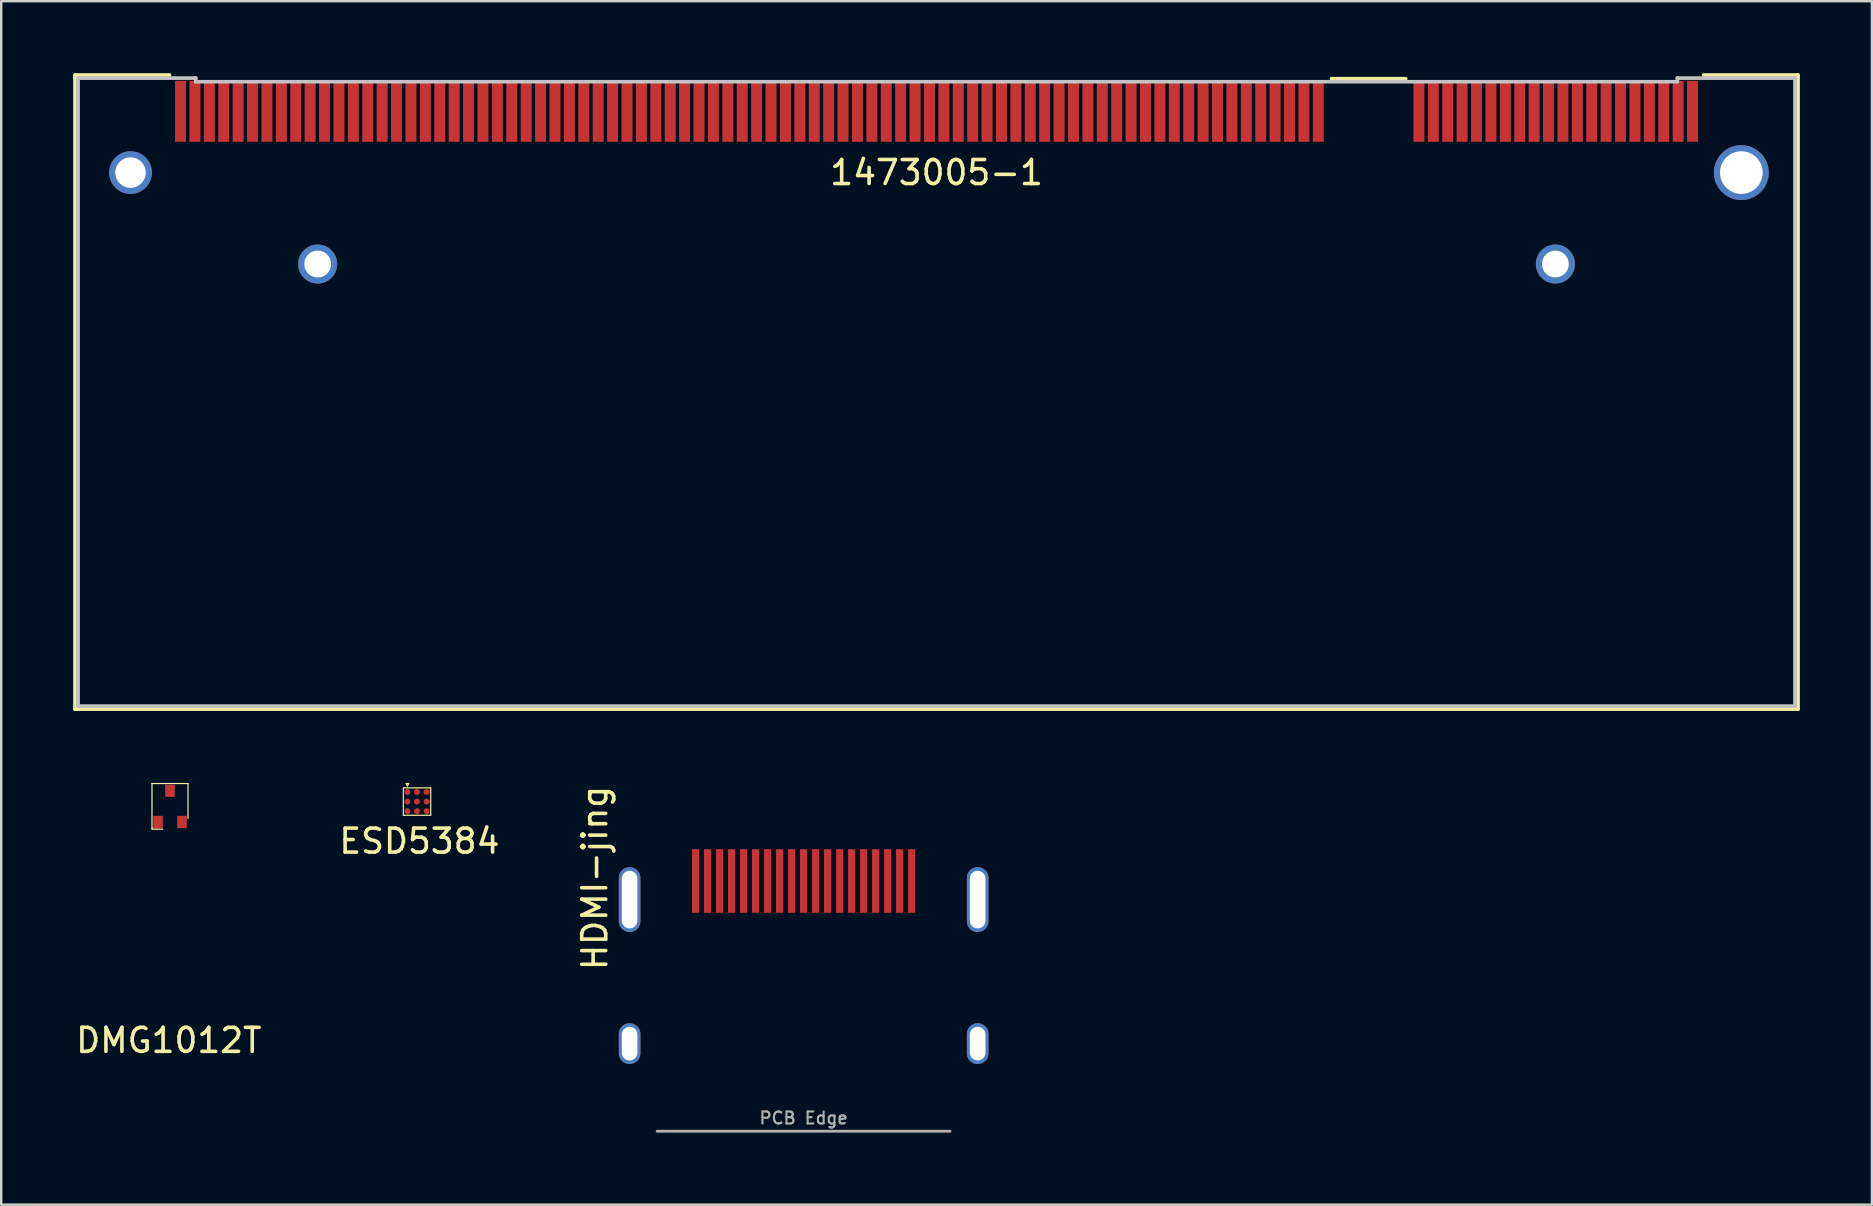
<source format=kicad_pcb>
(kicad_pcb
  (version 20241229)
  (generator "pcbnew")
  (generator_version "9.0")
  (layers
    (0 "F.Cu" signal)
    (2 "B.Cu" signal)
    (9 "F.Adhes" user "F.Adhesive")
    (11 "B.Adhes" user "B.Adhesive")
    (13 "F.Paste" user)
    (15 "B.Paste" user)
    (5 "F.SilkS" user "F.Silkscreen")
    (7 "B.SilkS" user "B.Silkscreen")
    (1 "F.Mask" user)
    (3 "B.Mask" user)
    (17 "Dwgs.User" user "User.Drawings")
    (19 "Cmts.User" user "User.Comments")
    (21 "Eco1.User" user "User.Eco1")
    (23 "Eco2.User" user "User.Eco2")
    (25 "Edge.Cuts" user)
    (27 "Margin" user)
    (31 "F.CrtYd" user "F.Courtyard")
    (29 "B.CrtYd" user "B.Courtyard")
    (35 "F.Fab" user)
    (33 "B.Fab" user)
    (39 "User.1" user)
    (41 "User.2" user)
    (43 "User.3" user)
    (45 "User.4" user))
  (footprint "ESD5384"
    (layer "F.Cu")
    (at 14.323 30.343)
    (property "Reference" "ESD5384" (at 0.1 1.65 0) (layer "F.SilkS") (effects (font (size 1 1) (thickness 0.15))))
    (attr through_hole)
    (fp_line (start -0.57 -0.57) (end -0.57 0.57) (stroke (width 0.05) (type solid)) (layer "F.SilkS"))
    (fp_line (start -0.57 -0.57) (end 0.57 -0.57) (stroke (width 0.05) (type solid)) (layer "F.SilkS"))
    (fp_line (start -0.57 0.57) (end 0.57 0.57) (stroke (width 0.05) (type solid)) (layer "F.SilkS"))
    (fp_line (start -0.45 -0.75) (end -0.35 -0.75) (stroke (width 0.05) (type solid)) (layer "F.SilkS"))
    (fp_line (start -0.4 -0.65) (end -0.45 -0.75) (stroke (width 0.05) (type solid)) (layer "F.SilkS"))
    (fp_line (start -0.35 -0.75) (end -0.4 -0.65) (stroke (width 0.05) (type solid)) (layer "F.SilkS"))
    (fp_line (start 0.57 -0.57) (end 0.57 0.57) (stroke (width 0.05) (type solid)) (layer "F.SilkS"))
    (pad "1" smd circle (at -0.4 -0.4) (size 0.25 0.25) (layers "F.Cu" "F.Mask" "F.Paste"))
    (pad "2" smd circle (at 0 -0.4) (size 0.25 0.25) (layers "F.Cu" "F.Mask" "F.Paste"))
    (pad "3" smd circle (at 0.4 -0.4) (size 0.25 0.25) (layers "F.Cu" "F.Mask" "F.Paste"))
    (pad "4" smd circle (at -0.4 0) (size 0.25 0.25) (layers "F.Cu" "F.Mask" "F.Paste"))
    (pad "5" smd circle (at 0 0) (size 0.25 0.25) (layers "F.Cu" "F.Mask" "F.Paste"))
    (pad "6" smd circle (at 0.4 0) (size 0.25 0.25) (layers "F.Cu" "F.Mask" "F.Paste"))
    (pad "7" smd circle (at -0.4 0.4) (size 0.25 0.25) (layers "F.Cu" "F.Mask" "F.Paste"))
    (pad "8" smd circle (at 0 0.4) (size 0.25 0.25) (layers "F.Cu" "F.Mask" "F.Paste"))
    (pad "9" smd circle (at 0.4 0.4) (size 0.25 0.25) (layers "F.Cu" "F.Mask" "F.Paste")))
  (footprint "DMG1012T"
    (layer "F.Cu")
    (at 4.032 31.193)
    (property "Reference" "DMG1012T" (at -0.05 9.1 0) (layer "F.SilkS") (effects (font (size 1 1) (thickness 0.15))))
    (attr through_hole)
    (fp_line (start -0.75 -1.6) (end 0.75 -1.6) (stroke (width 0.05) (type solid)) (layer "F.SilkS"))
    (fp_line (start -0.75 0.25) (end -0.75 -1.6) (stroke (width 0.05) (type solid)) (layer "F.SilkS"))
    (fp_line (start -0.75 0.25) (end -0.75 0.3) (stroke (width 0.05) (type solid)) (layer "F.SilkS"))
    (fp_line (start -0.75 0.3) (end -0.3 0.3) (stroke (width 0.05) (type solid)) (layer "F.SilkS"))
    (fp_line (start 0.75 -1.6) (end 0.75 -0.15) (stroke (width 0.05) (type solid)) (layer "F.SilkS"))
    (pad "1" smd rect (at -0.5 0) (size 0.4 0.51) (layers "F.Cu" "F.Mask" "F.Paste"))
    (pad "2" smd rect (at 0.5 0) (size 0.4 0.51) (layers "F.Cu" "F.Mask" "F.Paste"))
    (pad "3" smd rect (at 0 -1.3) (size 0.4 0.51) (layers "F.Cu" "F.Mask" "F.Paste")))
  (footprint "HDMI-jing"
    (layer "F.Cu")
    (at 30.429 34.427)
    (property "Reference" "HDMI-jing" (at -8.7 -0.9 270) (layer "F.SilkS") (effects (font (size 1 1) (thickness 0.15))))
    (attr through_hole)
    (fp_line (start -6.1 9.65) (end 6.1 9.65) (stroke (width 0.12) (type solid)) (layer "F.Fab"))
    (fp_text user "PCB Edge" (at 0 9.1 0) (layer "F.Fab") (effects (font (size 0.5 0.5) (thickness 0.087))))
    (pad "1" smd rect (at -4.5 -0.775) (size 0.3 2.65) (layers "F.Cu" "F.Mask" "F.Paste"))
    (pad "2" smd rect (at -4 -0.775) (size 0.3 2.65) (layers "F.Cu" "F.Mask" "F.Paste"))
    (pad "3" smd rect (at -3.5 -0.775) (size 0.3 2.65) (layers "F.Cu" "F.Mask" "F.Paste"))
    (pad "4" smd rect (at -3 -0.775) (size 0.3 2.65) (layers "F.Cu" "F.Mask" "F.Paste"))
    (pad "5" smd rect (at -2.5 -0.775) (size 0.3 2.65) (layers "F.Cu" "F.Mask" "F.Paste"))
    (pad "6" smd rect (at -2 -0.775) (size 0.3 2.65) (layers "F.Cu" "F.Mask" "F.Paste"))
    (pad "7" smd rect (at -1.5 -0.775) (size 0.3 2.65) (layers "F.Cu" "F.Mask" "F.Paste"))
    (pad "8" smd rect (at -1 -0.775) (size 0.3 2.65) (layers "F.Cu" "F.Mask" "F.Paste"))
    (pad "9" smd rect (at -0.5 -0.775) (size 0.3 2.65) (layers "F.Cu" "F.Mask" "F.Paste"))
    (pad "10" smd rect (at 0 -0.775) (size 0.3 2.65) (layers "F.Cu" "F.Mask" "F.Paste"))
    (pad "11" smd rect (at 0.5 -0.775) (size 0.3 2.65) (layers "F.Cu" "F.Mask" "F.Paste"))
    (pad "12" smd rect (at 1 -0.775) (size 0.3 2.65) (layers "F.Cu" "F.Mask" "F.Paste"))
    (pad "13" smd rect (at 1.5 -0.775) (size 0.3 2.65) (layers "F.Cu" "F.Mask" "F.Paste"))
    (pad "14" smd rect (at 2 -0.775) (size 0.3 2.65) (layers "F.Cu" "F.Mask" "F.Paste"))
    (pad "15" smd rect (at 2.5 -0.775) (size 0.3 2.65) (layers "F.Cu" "F.Mask" "F.Paste"))
    (pad "16" smd rect (at 3 -0.775) (size 0.3 2.65) (layers "F.Cu" "F.Mask" "F.Paste"))
    (pad "17" smd rect (at 3.5 -0.775) (size 0.3 2.65) (layers "F.Cu" "F.Mask" "F.Paste"))
    (pad "18" smd rect (at 4 -0.775) (size 0.3 2.65) (layers "F.Cu" "F.Mask" "F.Paste"))
    (pad "19" smd rect (at 4.5 -0.775) (size 0.3 2.65) (layers "F.Cu" "F.Mask" "F.Paste"))
    (pad "20" thru_hole oval (at 7.25 0) (size 0.9 2.7) (drill oval 0.65 2.4) (layers "*.Cu" "*.Mask"))
    (pad "21" thru_hole oval (at -7.25 0) (size 0.9 2.7) (drill oval 0.65 2.4) (layers "*.Cu" "*.Mask"))
    (pad "22" thru_hole oval (at -7.25 6) (size 0.9 1.7) (drill oval 0.65 1.4) (layers "*.Cu" "*.Mask"))
    (pad "23" thru_hole oval (at 7.25 6) (size 0.9 1.7) (drill oval 0.65 1.4) (layers "*.Cu" "*.Mask")))
  (footprint "1473005-1"
    (layer "F.Cu")
    (at 35.966 4.14)
    (property "Reference" "1473005-1" (at 0 0 0) (layer "F.SilkS") (effects (font (size 1 1) (thickness 0.15))))
    (attr through_hole)
    (fp_line (start -35.89 -4.064) (end -31.953 -4.064) (stroke (width 0.152) (type solid)) (layer "F.SilkS"))
    (fp_line (start -35.89 22.352) (end -35.89 -4.064) (stroke (width 0.152) (type solid)) (layer "F.SilkS"))
    (fp_line (start 16.454 -3.912) (end 19.547 -3.912) (stroke (width 0.152) (type solid)) (layer "F.SilkS"))
    (fp_line (start 31.954 -4.064) (end 35.89 -4.064) (stroke (width 0.152) (type solid)) (layer "F.SilkS"))
    (fp_line (start 35.89 -4.064) (end 35.89 22.352) (stroke (width 0.152) (type solid)) (layer "F.SilkS"))
    (fp_line (start 35.89 22.352) (end -35.89 22.352) (stroke (width 0.152) (type solid)) (layer "F.SilkS"))
    (fp_line (start -35.763 -3.937) (end -30.861 -3.937) (stroke (width 0.152) (type solid)) (layer "Dwgs.User"))
    (fp_line (start -35.763 22.225) (end -35.763 -3.937) (stroke (width 0.152) (type solid)) (layer "Dwgs.User"))
    (fp_line (start -30.861 -3.937) (end -30.861 -3.785) (stroke (width 0.152) (type solid)) (layer "Dwgs.User"))
    (fp_line (start -30.861 -3.785) (end 30.861 -3.785) (stroke (width 0.152) (type solid)) (layer "Dwgs.User"))
    (fp_line (start 30.861 -3.937) (end 35.763 -3.937) (stroke (width 0.152) (type solid)) (layer "Dwgs.User"))
    (fp_line (start 30.861 -3.785) (end 30.861 -3.937) (stroke (width 0.152) (type solid)) (layer "Dwgs.User"))
    (fp_line (start 35.763 -3.937) (end 35.763 22.225) (stroke (width 0.152) (type solid)) (layer "Dwgs.User"))
    (fp_line (start 35.763 22.225) (end -35.763 22.225) (stroke (width 0.152) (type solid)) (layer "Dwgs.User"))
    (fp_text user "Copyright 2016 Accelerated Designs. All rights reserved." (at 0 0 0) (layer "Cmts.User") (effects (font (size 0.127 0.127) (thickness 0.002))))
    (pad "1" smd rect (at 31.496 -2.553) (size 0.457 2.54) (layers "F.Cu" "F.Mask" "F.Paste"))
    (pad "2" smd rect (at 30.896 -2.553) (size 0.457 2.54) (layers "F.Cu" "F.Mask" "F.Paste"))
    (pad "3" smd rect (at 30.296 -2.553) (size 0.457 2.54) (layers "F.Cu" "F.Mask" "F.Paste"))
    (pad "4" smd rect (at 29.696 -2.553) (size 0.457 2.54) (layers "F.Cu" "F.Mask" "F.Paste"))
    (pad "5" smd rect (at 29.096 -2.553) (size 0.457 2.54) (layers "F.Cu" "F.Mask" "F.Paste"))
    (pad "6" smd rect (at 28.496 -2.553) (size 0.457 2.54) (layers "F.Cu" "F.Mask" "F.Paste"))
    (pad "7" smd rect (at 27.896 -2.553) (size 0.457 2.54) (layers "F.Cu" "F.Mask" "F.Paste"))
    (pad "8" smd rect (at 27.296 -2.553) (size 0.457 2.54) (layers "F.Cu" "F.Mask" "F.Paste"))
    (pad "9" smd rect (at 26.696 -2.553) (size 0.457 2.54) (layers "F.Cu" "F.Mask" "F.Paste"))
    (pad "10" smd rect (at 26.096 -2.553) (size 0.457 2.54) (layers "F.Cu" "F.Mask" "F.Paste"))
    (pad "11" smd rect (at 25.496 -2.553) (size 0.457 2.54) (layers "F.Cu" "F.Mask" "F.Paste"))
    (pad "12" smd rect (at 24.896 -2.553) (size 0.457 2.54) (layers "F.Cu" "F.Mask" "F.Paste"))
    (pad "13" smd rect (at 24.296 -2.553) (size 0.457 2.54) (layers "F.Cu" "F.Mask" "F.Paste"))
    (pad "14" smd rect (at 23.696 -2.553) (size 0.457 2.54) (layers "F.Cu" "F.Mask" "F.Paste"))
    (pad "15" smd rect (at 23.096 -2.553) (size 0.457 2.54) (layers "F.Cu" "F.Mask" "F.Paste"))
    (pad "16" smd rect (at 22.496 -2.553) (size 0.457 2.54) (layers "F.Cu" "F.Mask" "F.Paste"))
    (pad "17" smd rect (at 21.896 -2.553) (size 0.457 2.54) (layers "F.Cu" "F.Mask" "F.Paste"))
    (pad "18" smd rect (at 21.296 -2.553) (size 0.457 2.54) (layers "F.Cu" "F.Mask" "F.Paste"))
    (pad "19" smd rect (at 20.696 -2.553) (size 0.457 2.54) (layers "F.Cu" "F.Mask" "F.Paste"))
    (pad "20" smd rect (at 20.096 -2.553) (size 0.457 2.54) (layers "F.Cu" "F.Mask" "F.Paste"))
    (pad "21" smd rect (at 15.905 -2.553) (size 0.457 2.54) (layers "F.Cu" "F.Mask" "F.Paste"))
    (pad "22" smd rect (at 15.305 -2.553) (size 0.457 2.54) (layers "F.Cu" "F.Mask" "F.Paste"))
    (pad "23" smd rect (at 14.705 -2.553) (size 0.457 2.54) (layers "F.Cu" "F.Mask" "F.Paste"))
    (pad "24" smd rect (at 14.105 -2.553) (size 0.457 2.54) (layers "F.Cu" "F.Mask" "F.Paste"))
    (pad "25" smd rect (at 13.505 -2.553) (size 0.457 2.54) (layers "F.Cu" "F.Mask" "F.Paste"))
    (pad "26" smd rect (at 12.905 -2.553) (size 0.457 2.54) (layers "F.Cu" "F.Mask" "F.Paste"))
    (pad "27" smd rect (at 12.305 -2.553) (size 0.457 2.54) (layers "F.Cu" "F.Mask" "F.Paste"))
    (pad "28" smd rect (at 11.705 -2.553) (size 0.457 2.54) (layers "F.Cu" "F.Mask" "F.Paste"))
    (pad "29" smd rect (at 11.105 -2.553) (size 0.457 2.54) (layers "F.Cu" "F.Mask" "F.Paste"))
    (pad "30" smd rect (at 10.505 -2.553) (size 0.457 2.54) (layers "F.Cu" "F.Mask" "F.Paste"))
    (pad "31" smd rect (at 9.905 -2.553) (size 0.457 2.54) (layers "F.Cu" "F.Mask" "F.Paste"))
    (pad "32" smd rect (at 9.305 -2.553) (size 0.457 2.54) (layers "F.Cu" "F.Mask" "F.Paste"))
    (pad "33" smd rect (at 8.705 -2.553) (size 0.457 2.54) (layers "F.Cu" "F.Mask" "F.Paste"))
    (pad "34" smd rect (at 8.105 -2.553) (size 0.457 2.54) (layers "F.Cu" "F.Mask" "F.Paste"))
    (pad "35" smd rect (at 7.505 -2.553) (size 0.457 2.54) (layers "F.Cu" "F.Mask" "F.Paste"))
    (pad "36" smd rect (at 6.905 -2.553) (size 0.457 2.54) (layers "F.Cu" "F.Mask" "F.Paste"))
    (pad "37" smd rect (at 6.305 -2.553) (size 0.457 2.54) (layers "F.Cu" "F.Mask" "F.Paste"))
    (pad "38" smd rect (at 5.705 -2.553) (size 0.457 2.54) (layers "F.Cu" "F.Mask" "F.Paste"))
    (pad "39" smd rect (at 5.105 -2.553) (size 0.457 2.54) (layers "F.Cu" "F.Mask" "F.Paste"))
    (pad "40" smd rect (at 4.505 -2.553) (size 0.457 2.54) (layers "F.Cu" "F.Mask" "F.Paste"))
    (pad "41" smd rect (at 3.905 -2.553) (size 0.457 2.54) (layers "F.Cu" "F.Mask" "F.Paste"))
    (pad "42" smd rect (at 3.305 -2.553) (size 0.457 2.54) (layers "F.Cu" "F.Mask" "F.Paste"))
    (pad "43" smd rect (at 2.705 -2.553) (size 0.457 2.54) (layers "F.Cu" "F.Mask" "F.Paste"))
    (pad "44" smd rect (at 2.105 -2.553) (size 0.457 2.54) (layers "F.Cu" "F.Mask" "F.Paste"))
    (pad "45" smd rect (at 1.505 -2.553) (size 0.457 2.54) (layers "F.Cu" "F.Mask" "F.Paste"))
    (pad "46" smd rect (at 0.905 -2.553) (size 0.457 2.54) (layers "F.Cu" "F.Mask" "F.Paste"))
    (pad "47" smd rect (at 0.305 -2.553) (size 0.457 2.54) (layers "F.Cu" "F.Mask" "F.Paste"))
    (pad "48" smd rect (at -0.295 -2.553) (size 0.457 2.54) (layers "F.Cu" "F.Mask" "F.Paste"))
    (pad "49" smd rect (at -0.895 -2.553) (size 0.457 2.54) (layers "F.Cu" "F.Mask" "F.Paste"))
    (pad "50" smd rect (at -1.495 -2.553) (size 0.457 2.54) (layers "F.Cu" "F.Mask" "F.Paste"))
    (pad "51" smd rect (at -2.095 -2.553) (size 0.457 2.54) (layers "F.Cu" "F.Mask" "F.Paste"))
    (pad "52" smd rect (at -2.695 -2.553) (size 0.457 2.54) (layers "F.Cu" "F.Mask" "F.Paste"))
    (pad "53" smd rect (at -3.295 -2.553) (size 0.457 2.54) (layers "F.Cu" "F.Mask" "F.Paste"))
    (pad "54" smd rect (at -3.895 -2.553) (size 0.457 2.54) (layers "F.Cu" "F.Mask" "F.Paste"))
    (pad "55" smd rect (at -4.495 -2.553) (size 0.457 2.54) (layers "F.Cu" "F.Mask" "F.Paste"))
    (pad "56" smd rect (at -5.095 -2.553) (size 0.457 2.54) (layers "F.Cu" "F.Mask" "F.Paste"))
    (pad "57" smd rect (at -5.695 -2.553) (size 0.457 2.54) (layers "F.Cu" "F.Mask" "F.Paste"))
    (pad "58" smd rect (at -6.295 -2.553) (size 0.457 2.54) (layers "F.Cu" "F.Mask" "F.Paste"))
    (pad "59" smd rect (at -6.895 -2.553) (size 0.457 2.54) (layers "F.Cu" "F.Mask" "F.Paste"))
    (pad "60" smd rect (at -7.495 -2.553) (size 0.457 2.54) (layers "F.Cu" "F.Mask" "F.Paste"))
    (pad "61" smd rect (at -8.095 -2.553) (size 0.457 2.54) (layers "F.Cu" "F.Mask" "F.Paste"))
    (pad "62" smd rect (at -8.695 -2.553) (size 0.457 2.54) (layers "F.Cu" "F.Mask" "F.Paste"))
    (pad "63" smd rect (at -9.295 -2.553) (size 0.457 2.54) (layers "F.Cu" "F.Mask" "F.Paste"))
    (pad "64" smd rect (at -9.895 -2.553) (size 0.457 2.54) (layers "F.Cu" "F.Mask" "F.Paste"))
    (pad "65" smd rect (at -10.495 -2.553) (size 0.457 2.54) (layers "F.Cu" "F.Mask" "F.Paste"))
    (pad "66" smd rect (at -11.095 -2.553) (size 0.457 2.54) (layers "F.Cu" "F.Mask" "F.Paste"))
    (pad "67" smd rect (at -11.695 -2.553) (size 0.457 2.54) (layers "F.Cu" "F.Mask" "F.Paste"))
    (pad "68" smd rect (at -12.295 -2.553) (size 0.457 2.54) (layers "F.Cu" "F.Mask" "F.Paste"))
    (pad "69" smd rect (at -12.895 -2.553) (size 0.457 2.54) (layers "F.Cu" "F.Mask" "F.Paste"))
    (pad "70" smd rect (at -13.495 -2.553) (size 0.457 2.54) (layers "F.Cu" "F.Mask" "F.Paste"))
    (pad "71" smd rect (at -14.095 -2.553) (size 0.457 2.54) (layers "F.Cu" "F.Mask" "F.Paste"))
    (pad "72" smd rect (at -14.695 -2.553) (size 0.457 2.54) (layers "F.Cu" "F.Mask" "F.Paste"))
    (pad "73" smd rect (at -15.295 -2.553) (size 0.457 2.54) (layers "F.Cu" "F.Mask" "F.Paste"))
    (pad "74" smd rect (at -15.895 -2.553) (size 0.457 2.54) (layers "F.Cu" "F.Mask" "F.Paste"))
    (pad "75" smd rect (at -16.495 -2.553) (size 0.457 2.54) (layers "F.Cu" "F.Mask" "F.Paste"))
    (pad "76" smd rect (at -17.095 -2.553) (size 0.457 2.54) (layers "F.Cu" "F.Mask" "F.Paste"))
    (pad "77" smd rect (at -17.695 -2.553) (size 0.457 2.54) (layers "F.Cu" "F.Mask" "F.Paste"))
    (pad "78" smd rect (at -18.295 -2.553) (size 0.457 2.54) (layers "F.Cu" "F.Mask" "F.Paste"))
    (pad "79" smd rect (at -18.895 -2.553) (size 0.457 2.54) (layers "F.Cu" "F.Mask" "F.Paste"))
    (pad "80" smd rect (at -19.495 -2.553) (size 0.457 2.54) (layers "F.Cu" "F.Mask" "F.Paste"))
    (pad "81" smd rect (at -20.095 -2.553) (size 0.457 2.54) (layers "F.Cu" "F.Mask" "F.Paste"))
    (pad "82" smd rect (at -20.695 -2.553) (size 0.457 2.54) (layers "F.Cu" "F.Mask" "F.Paste"))
    (pad "83" smd rect (at -21.295 -2.553) (size 0.457 2.54) (layers "F.Cu" "F.Mask" "F.Paste"))
    (pad "84" smd rect (at -21.895 -2.553) (size 0.457 2.54) (layers "F.Cu" "F.Mask" "F.Paste"))
    (pad "85" smd rect (at -22.495 -2.553) (size 0.457 2.54) (layers "F.Cu" "F.Mask" "F.Paste"))
    (pad "86" smd rect (at -23.095 -2.553) (size 0.457 2.54) (layers "F.Cu" "F.Mask" "F.Paste"))
    (pad "87" smd rect (at -23.695 -2.553) (size 0.457 2.54) (layers "F.Cu" "F.Mask" "F.Paste"))
    (pad "88" smd rect (at -24.295 -2.553) (size 0.457 2.54) (layers "F.Cu" "F.Mask" "F.Paste"))
    (pad "89" smd rect (at -24.895 -2.553) (size 0.457 2.54) (layers "F.Cu" "F.Mask" "F.Paste"))
    (pad "90" smd rect (at -25.495 -2.553) (size 0.457 2.54) (layers "F.Cu" "F.Mask" "F.Paste"))
    (pad "91" smd rect (at -26.095 -2.553) (size 0.457 2.54) (layers "F.Cu" "F.Mask" "F.Paste"))
    (pad "92" smd rect (at -26.695 -2.553) (size 0.457 2.54) (layers "F.Cu" "F.Mask" "F.Paste"))
    (pad "93" smd rect (at -27.295 -2.553) (size 0.457 2.54) (layers "F.Cu" "F.Mask" "F.Paste"))
    (pad "94" smd rect (at -27.895 -2.553) (size 0.457 2.54) (layers "F.Cu" "F.Mask" "F.Paste"))
    (pad "95" smd rect (at -28.495 -2.553) (size 0.457 2.54) (layers "F.Cu" "F.Mask" "F.Paste"))
    (pad "96" smd rect (at -29.095 -2.553) (size 0.457 2.54) (layers "F.Cu" "F.Mask" "F.Paste"))
    (pad "97" smd rect (at -29.695 -2.553) (size 0.457 2.54) (layers "F.Cu" "F.Mask" "F.Paste"))
    (pad "98" smd rect (at -30.295 -2.553) (size 0.457 2.54) (layers "F.Cu" "F.Mask" "F.Paste"))
    (pad "99" smd rect (at -30.895 -2.553) (size 0.457 2.54) (layers "F.Cu" "F.Mask" "F.Paste"))
    (pad "100" smd rect (at -31.495 -2.553) (size 0.457 2.54) (layers "F.Cu" "F.Mask" "F.Paste"))
    (pad "102" thru_hole circle (at -33.579 0) (size 1.778 1.778) (drill 1.27) (layers "*.Cu" "*.Mask"))
    (pad "103" thru_hole circle (at 33.528 0) (size 2.286 2.286) (drill 1.778) (layers "*.Cu" "*.Mask"))
    (pad "104" thru_hole circle (at -25.781 3.81) (size 1.626 1.626) (drill 1.118) (layers "*.Cu" "*.Mask"))
    (pad "105" thru_hole circle (at 25.781 3.81) (size 1.626 1.626) (drill 1.118) (layers "*.Cu" "*.Mask")))
  (gr_rect
    (start -3 -3)
    (end 74.933 47.137)
    (stroke (width 0.1) (type default))
    (fill no)
    (layer "Edge.Cuts")))
</source>
